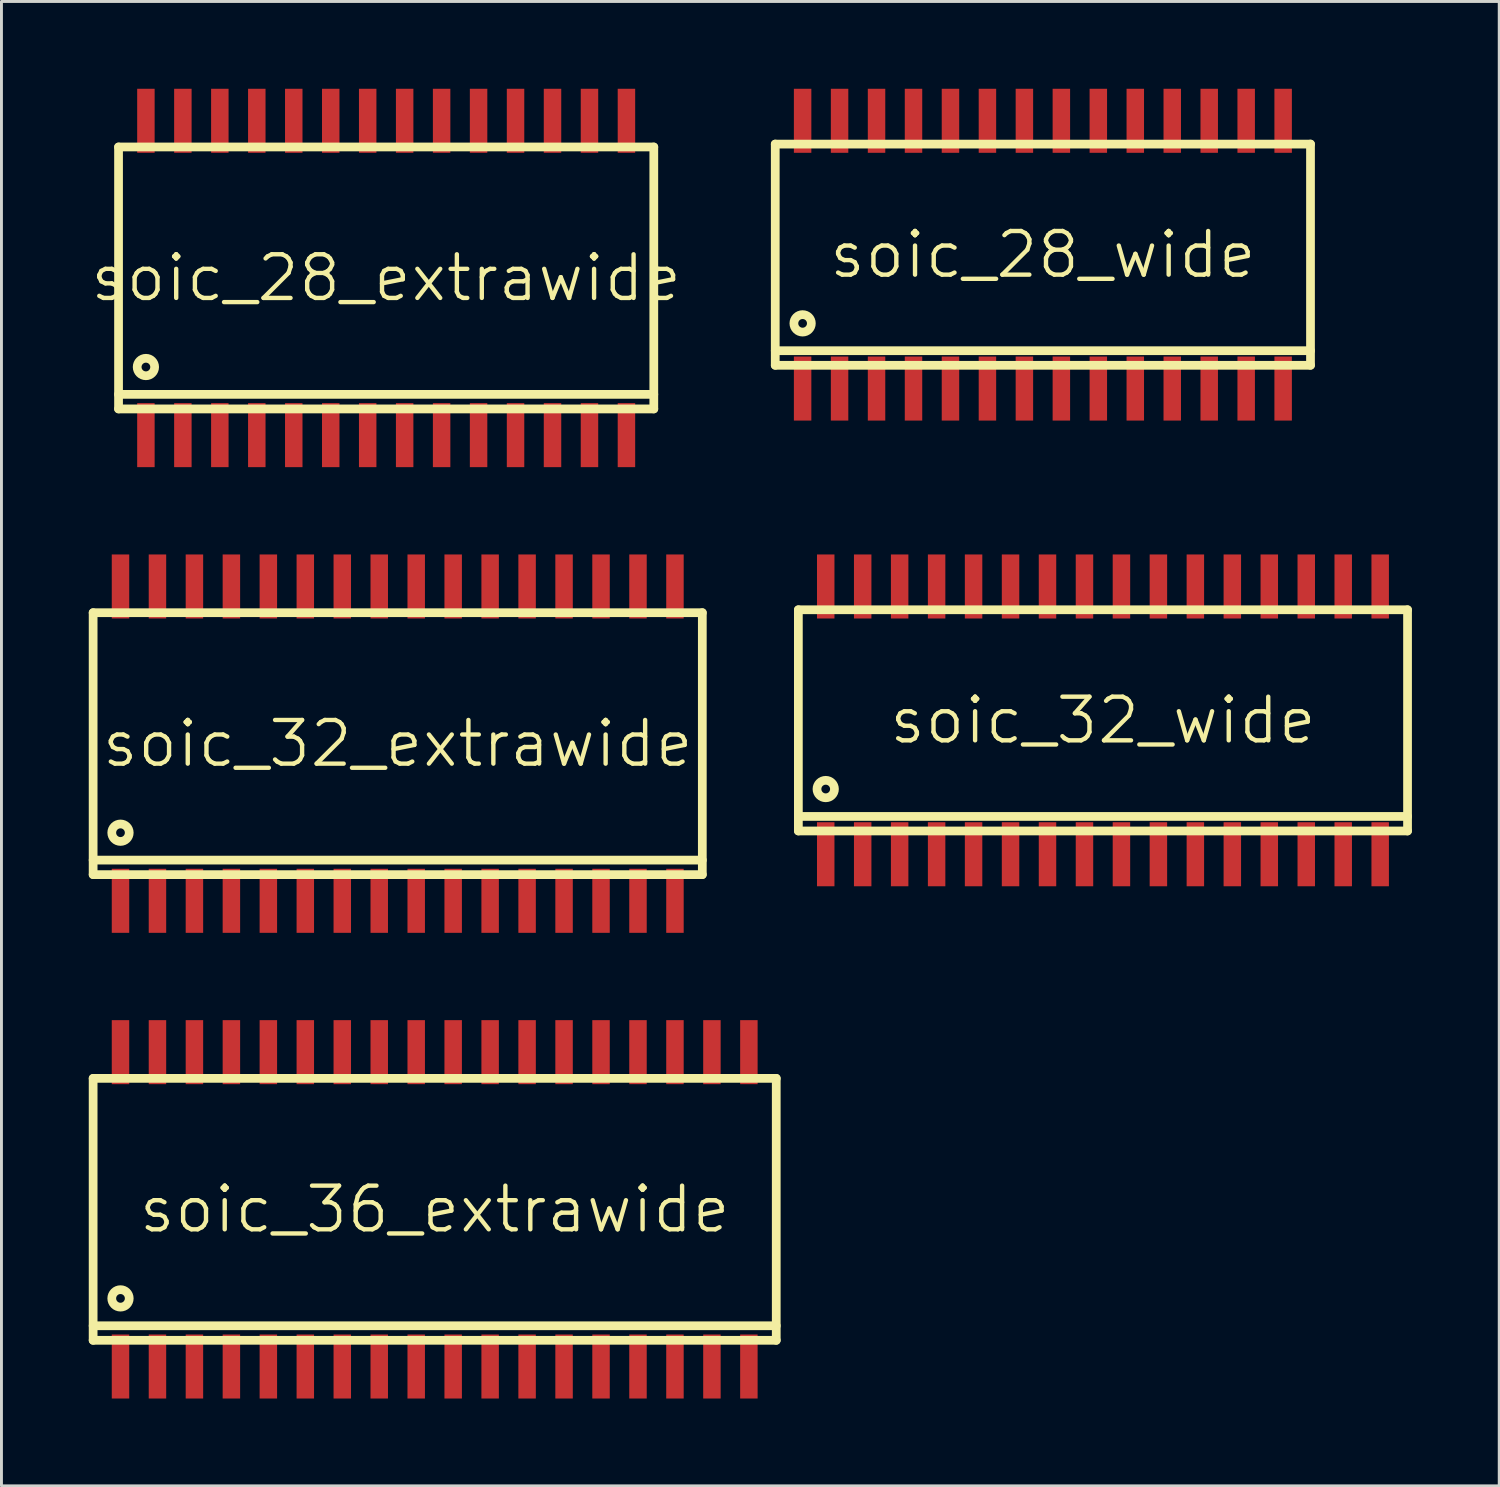
<source format=kicad_pcb>
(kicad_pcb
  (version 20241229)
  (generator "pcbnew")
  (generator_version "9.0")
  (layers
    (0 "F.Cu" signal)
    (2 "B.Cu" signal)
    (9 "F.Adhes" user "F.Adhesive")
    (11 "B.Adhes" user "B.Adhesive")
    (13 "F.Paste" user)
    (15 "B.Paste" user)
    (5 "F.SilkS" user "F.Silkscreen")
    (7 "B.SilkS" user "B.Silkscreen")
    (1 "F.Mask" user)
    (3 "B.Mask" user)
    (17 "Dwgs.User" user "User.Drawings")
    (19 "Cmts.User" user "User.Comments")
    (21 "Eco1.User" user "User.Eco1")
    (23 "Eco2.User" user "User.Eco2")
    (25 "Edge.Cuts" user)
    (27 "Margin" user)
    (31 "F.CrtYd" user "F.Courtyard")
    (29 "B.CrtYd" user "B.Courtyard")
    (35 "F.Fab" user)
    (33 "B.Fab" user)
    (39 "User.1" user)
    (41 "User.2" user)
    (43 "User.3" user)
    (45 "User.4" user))
  (footprint "soic_32_wide"
    (layer "F.Cu")
    (at 34.845 21.7)
    (property "Reference" "soic_32_wide" (at 0 0 0) (layer "F.SilkS") (effects (font (size 1.5 1.5) (thickness 0.15))))
    (attr smd)
    (fp_line (start -10.465 -3.8) (end 10.465 -3.8) (stroke (width 0.3) (type solid)) (layer "F.SilkS"))
    (fp_line (start -10.465 3.3) (end 10.465 3.3) (stroke (width 0.3) (type solid)) (layer "F.SilkS"))
    (fp_line (start -10.465 3.8) (end -10.465 -3.8) (stroke (width 0.3) (type solid)) (layer "F.SilkS"))
    (fp_line (start 10.465 -3.8) (end 10.465 3.8) (stroke (width 0.3) (type solid)) (layer "F.SilkS"))
    (fp_line (start 10.465 3.8) (end -10.465 3.8) (stroke (width 0.3) (type solid)) (layer "F.SilkS"))
    (fp_circle (center -9.525 2.36) (end -9.825 2.36) (stroke (width 0.3) (type solid)) (fill no) (layer "F.SilkS"))
    (pad "1" smd rect (at -9.525 4.6) (size 0.6 2.2) (layers "F.Cu" "F.Mask" "F.Paste"))
    (pad "2" smd rect (at -8.255 4.6) (size 0.6 2.2) (layers "F.Cu" "F.Mask" "F.Paste"))
    (pad "3" smd rect (at -6.985 4.6) (size 0.6 2.2) (layers "F.Cu" "F.Mask" "F.Paste"))
    (pad "4" smd rect (at -5.715 4.6) (size 0.6 2.2) (layers "F.Cu" "F.Mask" "F.Paste"))
    (pad "5" smd rect (at -4.445 4.6) (size 0.6 2.2) (layers "F.Cu" "F.Mask" "F.Paste"))
    (pad "6" smd rect (at -3.175 4.6) (size 0.6 2.2) (layers "F.Cu" "F.Mask" "F.Paste"))
    (pad "7" smd rect (at -1.905 4.6) (size 0.6 2.2) (layers "F.Cu" "F.Mask" "F.Paste"))
    (pad "8" smd rect (at -0.635 4.6) (size 0.6 2.2) (layers "F.Cu" "F.Mask" "F.Paste"))
    (pad "9" smd rect (at 0.635 4.6) (size 0.6 2.2) (layers "F.Cu" "F.Mask" "F.Paste"))
    (pad "10" smd rect (at 1.905 4.6) (size 0.6 2.2) (layers "F.Cu" "F.Mask" "F.Paste"))
    (pad "11" smd rect (at 3.175 4.6) (size 0.6 2.2) (layers "F.Cu" "F.Mask" "F.Paste"))
    (pad "12" smd rect (at 4.445 4.6) (size 0.6 2.2) (layers "F.Cu" "F.Mask" "F.Paste"))
    (pad "13" smd rect (at 5.715 4.6) (size 0.6 2.2) (layers "F.Cu" "F.Mask" "F.Paste"))
    (pad "14" smd rect (at 6.985 4.6) (size 0.6 2.2) (layers "F.Cu" "F.Mask" "F.Paste"))
    (pad "15" smd rect (at 8.255 4.6) (size 0.6 2.2) (layers "F.Cu" "F.Mask" "F.Paste"))
    (pad "16" smd rect (at 9.525 4.6) (size 0.6 2.2) (layers "F.Cu" "F.Mask" "F.Paste"))
    (pad "17" smd rect (at 9.525 -4.6) (size 0.6 2.2) (layers "F.Cu" "F.Mask" "F.Paste"))
    (pad "18" smd rect (at 8.255 -4.6) (size 0.6 2.2) (layers "F.Cu" "F.Mask" "F.Paste"))
    (pad "19" smd rect (at 6.985 -4.6) (size 0.6 2.2) (layers "F.Cu" "F.Mask" "F.Paste"))
    (pad "20" smd rect (at 5.715 -4.6) (size 0.6 2.2) (layers "F.Cu" "F.Mask" "F.Paste"))
    (pad "21" smd rect (at 4.445 -4.6) (size 0.6 2.2) (layers "F.Cu" "F.Mask" "F.Paste"))
    (pad "22" smd rect (at 3.175 -4.6) (size 0.6 2.2) (layers "F.Cu" "F.Mask" "F.Paste"))
    (pad "23" smd rect (at 1.905 -4.6) (size 0.6 2.2) (layers "F.Cu" "F.Mask" "F.Paste"))
    (pad "24" smd rect (at 0.635 -4.6) (size 0.6 2.2) (layers "F.Cu" "F.Mask" "F.Paste"))
    (pad "25" smd rect (at -0.635 -4.6) (size 0.6 2.2) (layers "F.Cu" "F.Mask" "F.Paste"))
    (pad "26" smd rect (at -1.905 -4.6) (size 0.6 2.2) (layers "F.Cu" "F.Mask" "F.Paste"))
    (pad "27" smd rect (at -3.175 -4.6) (size 0.6 2.2) (layers "F.Cu" "F.Mask" "F.Paste"))
    (pad "28" smd rect (at -4.445 -4.6) (size 0.6 2.2) (layers "F.Cu" "F.Mask" "F.Paste"))
    (pad "29" smd rect (at -5.715 -4.6) (size 0.6 2.2) (layers "F.Cu" "F.Mask" "F.Paste"))
    (pad "30" smd rect (at -6.985 -4.6) (size 0.6 2.2) (layers "F.Cu" "F.Mask" "F.Paste"))
    (pad "31" smd rect (at -8.255 -4.6) (size 0.6 2.2) (layers "F.Cu" "F.Mask" "F.Paste"))
    (pad "32" smd rect (at -9.525 -4.6) (size 0.6 2.2) (layers "F.Cu" "F.Mask" "F.Paste")))
  (footprint "soic_28_extrawide"
    (layer "F.Cu")
    (at 10.218 6.5)
    (property "Reference" "soic_28_extrawide" (at 0 0 0) (layer "F.SilkS") (effects (font (size 1.5 1.5) (thickness 0.15))))
    (attr smd)
    (fp_line (start -9.195 -4.5) (end 9.195 -4.5) (stroke (width 0.3) (type solid)) (layer "F.SilkS"))
    (fp_line (start -9.195 4) (end 9.195 4) (stroke (width 0.3) (type solid)) (layer "F.SilkS"))
    (fp_line (start -9.195 4.5) (end -9.195 -4.5) (stroke (width 0.3) (type solid)) (layer "F.SilkS"))
    (fp_line (start 9.195 -4.5) (end 9.195 4.5) (stroke (width 0.3) (type solid)) (layer "F.SilkS"))
    (fp_line (start 9.195 4.5) (end -9.195 4.5) (stroke (width 0.3) (type solid)) (layer "F.SilkS"))
    (fp_circle (center -8.255 3.06) (end -8.555 3.06) (stroke (width 0.3) (type solid)) (fill no) (layer "F.SilkS"))
    (pad "1" smd rect (at -8.255 5.4) (size 0.6 2.2) (layers "F.Cu" "F.Mask" "F.Paste"))
    (pad "2" smd rect (at -6.985 5.4) (size 0.6 2.2) (layers "F.Cu" "F.Mask" "F.Paste"))
    (pad "3" smd rect (at -5.715 5.4) (size 0.6 2.2) (layers "F.Cu" "F.Mask" "F.Paste"))
    (pad "4" smd rect (at -4.445 5.4) (size 0.6 2.2) (layers "F.Cu" "F.Mask" "F.Paste"))
    (pad "5" smd rect (at -3.175 5.4) (size 0.6 2.2) (layers "F.Cu" "F.Mask" "F.Paste"))
    (pad "6" smd rect (at -1.905 5.4) (size 0.6 2.2) (layers "F.Cu" "F.Mask" "F.Paste"))
    (pad "7" smd rect (at -0.635 5.4) (size 0.6 2.2) (layers "F.Cu" "F.Mask" "F.Paste"))
    (pad "8" smd rect (at 0.635 5.4) (size 0.6 2.2) (layers "F.Cu" "F.Mask" "F.Paste"))
    (pad "9" smd rect (at 1.905 5.4) (size 0.6 2.2) (layers "F.Cu" "F.Mask" "F.Paste"))
    (pad "10" smd rect (at 3.175 5.4) (size 0.6 2.2) (layers "F.Cu" "F.Mask" "F.Paste"))
    (pad "11" smd rect (at 4.445 5.4) (size 0.6 2.2) (layers "F.Cu" "F.Mask" "F.Paste"))
    (pad "12" smd rect (at 5.715 5.4) (size 0.6 2.2) (layers "F.Cu" "F.Mask" "F.Paste"))
    (pad "13" smd rect (at 6.985 5.4) (size 0.6 2.2) (layers "F.Cu" "F.Mask" "F.Paste"))
    (pad "14" smd rect (at 8.255 5.4) (size 0.6 2.2) (layers "F.Cu" "F.Mask" "F.Paste"))
    (pad "15" smd rect (at 8.255 -5.4) (size 0.6 2.2) (layers "F.Cu" "F.Mask" "F.Paste"))
    (pad "16" smd rect (at 6.985 -5.4) (size 0.6 2.2) (layers "F.Cu" "F.Mask" "F.Paste"))
    (pad "17" smd rect (at 5.715 -5.4) (size 0.6 2.2) (layers "F.Cu" "F.Mask" "F.Paste"))
    (pad "18" smd rect (at 4.445 -5.4) (size 0.6 2.2) (layers "F.Cu" "F.Mask" "F.Paste"))
    (pad "19" smd rect (at 3.175 -5.4) (size 0.6 2.2) (layers "F.Cu" "F.Mask" "F.Paste"))
    (pad "20" smd rect (at 1.905 -5.4) (size 0.6 2.2) (layers "F.Cu" "F.Mask" "F.Paste"))
    (pad "21" smd rect (at 0.635 -5.4) (size 0.6 2.2) (layers "F.Cu" "F.Mask" "F.Paste"))
    (pad "22" smd rect (at -0.635 -5.4) (size 0.6 2.2) (layers "F.Cu" "F.Mask" "F.Paste"))
    (pad "23" smd rect (at -1.905 -5.4) (size 0.6 2.2) (layers "F.Cu" "F.Mask" "F.Paste"))
    (pad "24" smd rect (at -3.175 -5.4) (size 0.6 2.2) (layers "F.Cu" "F.Mask" "F.Paste"))
    (pad "25" smd rect (at -4.445 -5.4) (size 0.6 2.2) (layers "F.Cu" "F.Mask" "F.Paste"))
    (pad "26" smd rect (at -5.715 -5.4) (size 0.6 2.2) (layers "F.Cu" "F.Mask" "F.Paste"))
    (pad "27" smd rect (at -6.985 -5.4) (size 0.6 2.2) (layers "F.Cu" "F.Mask" "F.Paste"))
    (pad "28" smd rect (at -8.255 -5.4) (size 0.6 2.2) (layers "F.Cu" "F.Mask" "F.Paste")))
  (footprint "soic_28_wide"
    (layer "F.Cu")
    (at 32.781 5.7)
    (property "Reference" "soic_28_wide" (at 0 0 0) (layer "F.SilkS") (effects (font (size 1.5 1.5) (thickness 0.15))))
    (attr smd)
    (fp_line (start -9.195 -3.8) (end 9.195 -3.8) (stroke (width 0.3) (type solid)) (layer "F.SilkS"))
    (fp_line (start -9.195 3.3) (end 9.195 3.3) (stroke (width 0.3) (type solid)) (layer "F.SilkS"))
    (fp_line (start -9.195 3.8) (end -9.195 -3.8) (stroke (width 0.3) (type solid)) (layer "F.SilkS"))
    (fp_line (start 9.195 -3.8) (end 9.195 3.8) (stroke (width 0.3) (type solid)) (layer "F.SilkS"))
    (fp_line (start 9.195 3.8) (end -9.195 3.8) (stroke (width 0.3) (type solid)) (layer "F.SilkS"))
    (fp_circle (center -8.255 2.36) (end -8.555 2.36) (stroke (width 0.3) (type solid)) (fill no) (layer "F.SilkS"))
    (pad "1" smd rect (at -8.255 4.6) (size 0.6 2.2) (layers "F.Cu" "F.Mask" "F.Paste"))
    (pad "2" smd rect (at -6.985 4.6) (size 0.6 2.2) (layers "F.Cu" "F.Mask" "F.Paste"))
    (pad "3" smd rect (at -5.715 4.6) (size 0.6 2.2) (layers "F.Cu" "F.Mask" "F.Paste"))
    (pad "4" smd rect (at -4.445 4.6) (size 0.6 2.2) (layers "F.Cu" "F.Mask" "F.Paste"))
    (pad "5" smd rect (at -3.175 4.6) (size 0.6 2.2) (layers "F.Cu" "F.Mask" "F.Paste"))
    (pad "6" smd rect (at -1.905 4.6) (size 0.6 2.2) (layers "F.Cu" "F.Mask" "F.Paste"))
    (pad "7" smd rect (at -0.635 4.6) (size 0.6 2.2) (layers "F.Cu" "F.Mask" "F.Paste"))
    (pad "8" smd rect (at 0.635 4.6) (size 0.6 2.2) (layers "F.Cu" "F.Mask" "F.Paste"))
    (pad "9" smd rect (at 1.905 4.6) (size 0.6 2.2) (layers "F.Cu" "F.Mask" "F.Paste"))
    (pad "10" smd rect (at 3.175 4.6) (size 0.6 2.2) (layers "F.Cu" "F.Mask" "F.Paste"))
    (pad "11" smd rect (at 4.445 4.6) (size 0.6 2.2) (layers "F.Cu" "F.Mask" "F.Paste"))
    (pad "12" smd rect (at 5.715 4.6) (size 0.6 2.2) (layers "F.Cu" "F.Mask" "F.Paste"))
    (pad "13" smd rect (at 6.985 4.6) (size 0.6 2.2) (layers "F.Cu" "F.Mask" "F.Paste"))
    (pad "14" smd rect (at 8.255 4.6) (size 0.6 2.2) (layers "F.Cu" "F.Mask" "F.Paste"))
    (pad "15" smd rect (at 8.255 -4.6) (size 0.6 2.2) (layers "F.Cu" "F.Mask" "F.Paste"))
    (pad "16" smd rect (at 6.985 -4.6) (size 0.6 2.2) (layers "F.Cu" "F.Mask" "F.Paste"))
    (pad "17" smd rect (at 5.715 -4.6) (size 0.6 2.2) (layers "F.Cu" "F.Mask" "F.Paste"))
    (pad "18" smd rect (at 4.445 -4.6) (size 0.6 2.2) (layers "F.Cu" "F.Mask" "F.Paste"))
    (pad "19" smd rect (at 3.175 -4.6) (size 0.6 2.2) (layers "F.Cu" "F.Mask" "F.Paste"))
    (pad "20" smd rect (at 1.905 -4.6) (size 0.6 2.2) (layers "F.Cu" "F.Mask" "F.Paste"))
    (pad "21" smd rect (at 0.635 -4.6) (size 0.6 2.2) (layers "F.Cu" "F.Mask" "F.Paste"))
    (pad "22" smd rect (at -0.635 -4.6) (size 0.6 2.2) (layers "F.Cu" "F.Mask" "F.Paste"))
    (pad "23" smd rect (at -1.905 -4.6) (size 0.6 2.2) (layers "F.Cu" "F.Mask" "F.Paste"))
    (pad "24" smd rect (at -3.175 -4.6) (size 0.6 2.2) (layers "F.Cu" "F.Mask" "F.Paste"))
    (pad "25" smd rect (at -4.445 -4.6) (size 0.6 2.2) (layers "F.Cu" "F.Mask" "F.Paste"))
    (pad "26" smd rect (at -5.715 -4.6) (size 0.6 2.2) (layers "F.Cu" "F.Mask" "F.Paste"))
    (pad "27" smd rect (at -6.985 -4.6) (size 0.6 2.2) (layers "F.Cu" "F.Mask" "F.Paste"))
    (pad "28" smd rect (at -8.255 -4.6) (size 0.6 2.2) (layers "F.Cu" "F.Mask" "F.Paste")))
  (footprint "soic_32_extrawide"
    (layer "F.Cu")
    (at 10.615 22.5)
    (property "Reference" "soic_32_extrawide" (at 0 0 0) (layer "F.SilkS") (effects (font (size 1.5 1.5) (thickness 0.15))))
    (attr smd)
    (fp_line (start -10.465 -4.5) (end 10.465 -4.5) (stroke (width 0.3) (type solid)) (layer "F.SilkS"))
    (fp_line (start -10.465 4) (end 10.465 4) (stroke (width 0.3) (type solid)) (layer "F.SilkS"))
    (fp_line (start -10.465 4.5) (end -10.465 -4.5) (stroke (width 0.3) (type solid)) (layer "F.SilkS"))
    (fp_line (start 10.465 -4.5) (end 10.465 4.5) (stroke (width 0.3) (type solid)) (layer "F.SilkS"))
    (fp_line (start 10.465 4.5) (end -10.465 4.5) (stroke (width 0.3) (type solid)) (layer "F.SilkS"))
    (fp_circle (center -9.525 3.06) (end -9.825 3.06) (stroke (width 0.3) (type solid)) (fill no) (layer "F.SilkS"))
    (pad "1" smd rect (at -9.525 5.4) (size 0.6 2.2) (layers "F.Cu" "F.Mask" "F.Paste"))
    (pad "2" smd rect (at -8.255 5.4) (size 0.6 2.2) (layers "F.Cu" "F.Mask" "F.Paste"))
    (pad "3" smd rect (at -6.985 5.4) (size 0.6 2.2) (layers "F.Cu" "F.Mask" "F.Paste"))
    (pad "4" smd rect (at -5.715 5.4) (size 0.6 2.2) (layers "F.Cu" "F.Mask" "F.Paste"))
    (pad "5" smd rect (at -4.445 5.4) (size 0.6 2.2) (layers "F.Cu" "F.Mask" "F.Paste"))
    (pad "6" smd rect (at -3.175 5.4) (size 0.6 2.2) (layers "F.Cu" "F.Mask" "F.Paste"))
    (pad "7" smd rect (at -1.905 5.4) (size 0.6 2.2) (layers "F.Cu" "F.Mask" "F.Paste"))
    (pad "8" smd rect (at -0.635 5.4) (size 0.6 2.2) (layers "F.Cu" "F.Mask" "F.Paste"))
    (pad "9" smd rect (at 0.635 5.4) (size 0.6 2.2) (layers "F.Cu" "F.Mask" "F.Paste"))
    (pad "10" smd rect (at 1.905 5.4) (size 0.6 2.2) (layers "F.Cu" "F.Mask" "F.Paste"))
    (pad "11" smd rect (at 3.175 5.4) (size 0.6 2.2) (layers "F.Cu" "F.Mask" "F.Paste"))
    (pad "12" smd rect (at 4.445 5.4) (size 0.6 2.2) (layers "F.Cu" "F.Mask" "F.Paste"))
    (pad "13" smd rect (at 5.715 5.4) (size 0.6 2.2) (layers "F.Cu" "F.Mask" "F.Paste"))
    (pad "14" smd rect (at 6.985 5.4) (size 0.6 2.2) (layers "F.Cu" "F.Mask" "F.Paste"))
    (pad "15" smd rect (at 8.255 5.4) (size 0.6 2.2) (layers "F.Cu" "F.Mask" "F.Paste"))
    (pad "16" smd rect (at 9.525 5.4) (size 0.6 2.2) (layers "F.Cu" "F.Mask" "F.Paste"))
    (pad "17" smd rect (at 9.525 -5.4) (size 0.6 2.2) (layers "F.Cu" "F.Mask" "F.Paste"))
    (pad "18" smd rect (at 8.255 -5.4) (size 0.6 2.2) (layers "F.Cu" "F.Mask" "F.Paste"))
    (pad "19" smd rect (at 6.985 -5.4) (size 0.6 2.2) (layers "F.Cu" "F.Mask" "F.Paste"))
    (pad "20" smd rect (at 5.715 -5.4) (size 0.6 2.2) (layers "F.Cu" "F.Mask" "F.Paste"))
    (pad "21" smd rect (at 4.445 -5.4) (size 0.6 2.2) (layers "F.Cu" "F.Mask" "F.Paste"))
    (pad "22" smd rect (at 3.175 -5.4) (size 0.6 2.2) (layers "F.Cu" "F.Mask" "F.Paste"))
    (pad "23" smd rect (at 1.905 -5.4) (size 0.6 2.2) (layers "F.Cu" "F.Mask" "F.Paste"))
    (pad "24" smd rect (at 0.635 -5.4) (size 0.6 2.2) (layers "F.Cu" "F.Mask" "F.Paste"))
    (pad "25" smd rect (at -0.635 -5.4) (size 0.6 2.2) (layers "F.Cu" "F.Mask" "F.Paste"))
    (pad "26" smd rect (at -1.905 -5.4) (size 0.6 2.2) (layers "F.Cu" "F.Mask" "F.Paste"))
    (pad "27" smd rect (at -3.175 -5.4) (size 0.6 2.2) (layers "F.Cu" "F.Mask" "F.Paste"))
    (pad "28" smd rect (at -4.445 -5.4) (size 0.6 2.2) (layers "F.Cu" "F.Mask" "F.Paste"))
    (pad "29" smd rect (at -5.715 -5.4) (size 0.6 2.2) (layers "F.Cu" "F.Mask" "F.Paste"))
    (pad "30" smd rect (at -6.985 -5.4) (size 0.6 2.2) (layers "F.Cu" "F.Mask" "F.Paste"))
    (pad "31" smd rect (at -8.255 -5.4) (size 0.6 2.2) (layers "F.Cu" "F.Mask" "F.Paste"))
    (pad "32" smd rect (at -9.525 -5.4) (size 0.6 2.2) (layers "F.Cu" "F.Mask" "F.Paste")))
  (footprint "soic_36_extrawide"
    (layer "F.Cu")
    (at 11.885 38.5)
    (property "Reference" "soic_36_extrawide" (at 0 0 0) (layer "F.SilkS") (effects (font (size 1.5 1.5) (thickness 0.15))))
    (attr smd)
    (fp_line (start -11.735 -4.5) (end 11.735 -4.5) (stroke (width 0.3) (type solid)) (layer "F.SilkS"))
    (fp_line (start -11.735 4) (end 11.735 4) (stroke (width 0.3) (type solid)) (layer "F.SilkS"))
    (fp_line (start -11.735 4.5) (end -11.735 -4.5) (stroke (width 0.3) (type solid)) (layer "F.SilkS"))
    (fp_line (start 11.735 -4.5) (end 11.735 4.5) (stroke (width 0.3) (type solid)) (layer "F.SilkS"))
    (fp_line (start 11.735 4.5) (end -11.735 4.5) (stroke (width 0.3) (type solid)) (layer "F.SilkS"))
    (fp_circle (center -10.795 3.06) (end -11.095 3.06) (stroke (width 0.3) (type solid)) (fill no) (layer "F.SilkS"))
    (pad "1" smd rect (at -10.795 5.4) (size 0.6 2.2) (layers "F.Cu" "F.Mask" "F.Paste"))
    (pad "2" smd rect (at -9.525 5.4) (size 0.6 2.2) (layers "F.Cu" "F.Mask" "F.Paste"))
    (pad "3" smd rect (at -8.255 5.4) (size 0.6 2.2) (layers "F.Cu" "F.Mask" "F.Paste"))
    (pad "4" smd rect (at -6.985 5.4) (size 0.6 2.2) (layers "F.Cu" "F.Mask" "F.Paste"))
    (pad "5" smd rect (at -5.715 5.4) (size 0.6 2.2) (layers "F.Cu" "F.Mask" "F.Paste"))
    (pad "6" smd rect (at -4.445 5.4) (size 0.6 2.2) (layers "F.Cu" "F.Mask" "F.Paste"))
    (pad "7" smd rect (at -3.175 5.4) (size 0.6 2.2) (layers "F.Cu" "F.Mask" "F.Paste"))
    (pad "8" smd rect (at -1.905 5.4) (size 0.6 2.2) (layers "F.Cu" "F.Mask" "F.Paste"))
    (pad "9" smd rect (at -0.635 5.4) (size 0.6 2.2) (layers "F.Cu" "F.Mask" "F.Paste"))
    (pad "10" smd rect (at 0.635 5.4) (size 0.6 2.2) (layers "F.Cu" "F.Mask" "F.Paste"))
    (pad "11" smd rect (at 1.905 5.4) (size 0.6 2.2) (layers "F.Cu" "F.Mask" "F.Paste"))
    (pad "12" smd rect (at 3.175 5.4) (size 0.6 2.2) (layers "F.Cu" "F.Mask" "F.Paste"))
    (pad "13" smd rect (at 4.445 5.4) (size 0.6 2.2) (layers "F.Cu" "F.Mask" "F.Paste"))
    (pad "14" smd rect (at 5.715 5.4) (size 0.6 2.2) (layers "F.Cu" "F.Mask" "F.Paste"))
    (pad "15" smd rect (at 6.985 5.4) (size 0.6 2.2) (layers "F.Cu" "F.Mask" "F.Paste"))
    (pad "16" smd rect (at 8.255 5.4) (size 0.6 2.2) (layers "F.Cu" "F.Mask" "F.Paste"))
    (pad "17" smd rect (at 9.525 5.4) (size 0.6 2.2) (layers "F.Cu" "F.Mask" "F.Paste"))
    (pad "18" smd rect (at 10.795 5.4) (size 0.6 2.2) (layers "F.Cu" "F.Mask" "F.Paste"))
    (pad "19" smd rect (at 10.795 -5.4) (size 0.6 2.2) (layers "F.Cu" "F.Mask" "F.Paste"))
    (pad "20" smd rect (at 9.525 -5.4) (size 0.6 2.2) (layers "F.Cu" "F.Mask" "F.Paste"))
    (pad "21" smd rect (at 8.255 -5.4) (size 0.6 2.2) (layers "F.Cu" "F.Mask" "F.Paste"))
    (pad "22" smd rect (at 6.985 -5.4) (size 0.6 2.2) (layers "F.Cu" "F.Mask" "F.Paste"))
    (pad "23" smd rect (at 5.715 -5.4) (size 0.6 2.2) (layers "F.Cu" "F.Mask" "F.Paste"))
    (pad "24" smd rect (at 4.445 -5.4) (size 0.6 2.2) (layers "F.Cu" "F.Mask" "F.Paste"))
    (pad "25" smd rect (at 3.175 -5.4) (size 0.6 2.2) (layers "F.Cu" "F.Mask" "F.Paste"))
    (pad "26" smd rect (at 1.905 -5.4) (size 0.6 2.2) (layers "F.Cu" "F.Mask" "F.Paste"))
    (pad "27" smd rect (at 0.635 -5.4) (size 0.6 2.2) (layers "F.Cu" "F.Mask" "F.Paste"))
    (pad "28" smd rect (at -0.635 -5.4) (size 0.6 2.2) (layers "F.Cu" "F.Mask" "F.Paste"))
    (pad "29" smd rect (at -1.905 -5.4) (size 0.6 2.2) (layers "F.Cu" "F.Mask" "F.Paste"))
    (pad "30" smd rect (at -3.175 -5.4) (size 0.6 2.2) (layers "F.Cu" "F.Mask" "F.Paste"))
    (pad "31" smd rect (at -4.445 -5.4) (size 0.6 2.2) (layers "F.Cu" "F.Mask" "F.Paste"))
    (pad "32" smd rect (at -5.715 -5.4) (size 0.6 2.2) (layers "F.Cu" "F.Mask" "F.Paste"))
    (pad "33" smd rect (at -6.985 -5.4) (size 0.6 2.2) (layers "F.Cu" "F.Mask" "F.Paste"))
    (pad "34" smd rect (at -8.255 -5.4) (size 0.6 2.2) (layers "F.Cu" "F.Mask" "F.Paste"))
    (pad "35" smd rect (at -9.525 -5.4) (size 0.6 2.2) (layers "F.Cu" "F.Mask" "F.Paste"))
    (pad "36" smd rect (at -10.795 -5.4) (size 0.6 2.2) (layers "F.Cu" "F.Mask" "F.Paste")))
  (gr_rect
    (start -3 -3)
    (end 48.46 48)
    (stroke (width 0.1) (type default))
    (fill no)
    (layer "Edge.Cuts")))
</source>
